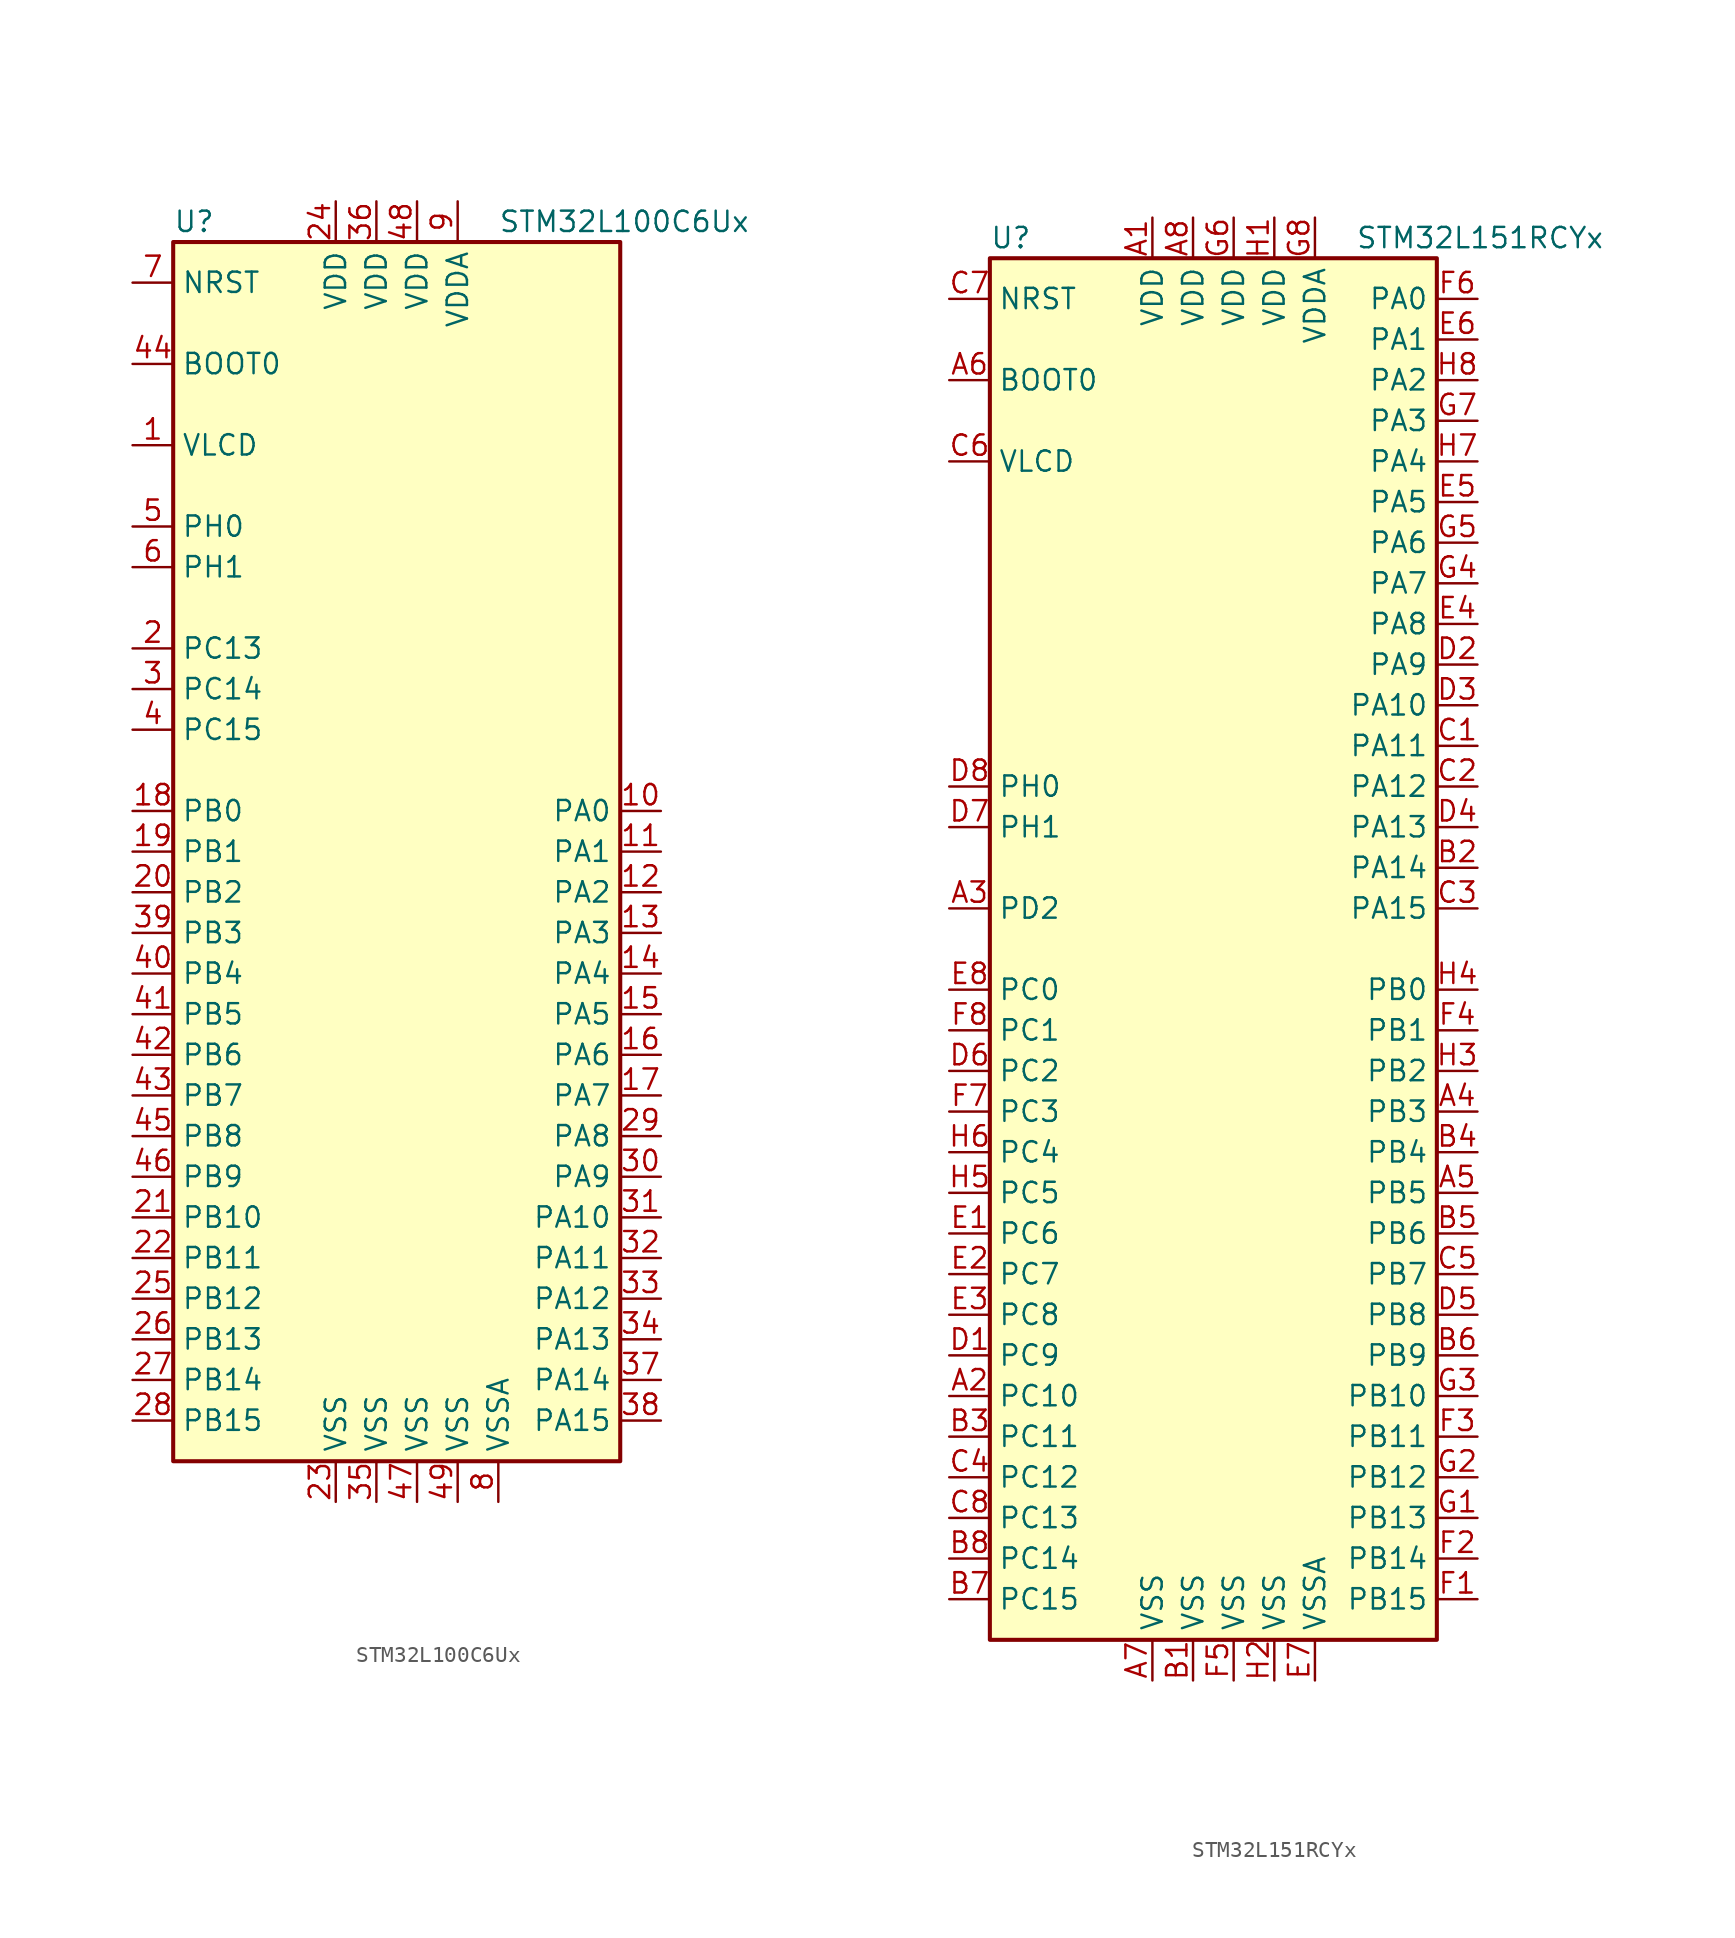
<source format=kicad_sym>
(kicad_symbol_lib
  (version 20201005)
  (generator kicad_symbol_editor)
  (symbol "STM32L100C6Ux"
    (property "Reference" "U"
      (at -15.24 39.37 0)
      (effects (font (size 1.27 1.27)) (justify left)))
    (property "Value" "STM32L100C6Ux"
      (at 5.08 39.37 0)
      (effects (font (size 1.27 1.27)) (justify left)))
    (symbol "STM32L100C6Ux_0_1"
      (rectangle (start -15.24 -38.1) (end 12.7 38.1) (stroke (width 0.254)) (fill (type background))))
    (symbol "STM32L100C6Ux_1_1"
      (pin input line (at -17.78 30.48 0) (length 2.54) (name "BOOT0" (effects (font (size 1.27 1.27)))) (number "44" (effects (font (size 1.27 1.27)))))
      (pin input line (at -17.78 35.56 0) (length 2.54) (name "NRST" (effects (font (size 1.27 1.27)))) (number "7" (effects (font (size 1.27 1.27)))))
      (pin bidirectional line (at 15.24 2.54 180) (length 2.54) (name "PA0" (effects (font (size 1.27 1.27)))) (number "10" (effects (font (size 1.27 1.27)))))
      (pin bidirectional line (at 15.24 0 180) (length 2.54) (name "PA1" (effects (font (size 1.27 1.27)))) (number "11" (effects (font (size 1.27 1.27)))))
      (pin bidirectional line (at 15.24 -22.86 180) (length 2.54) (name "PA10" (effects (font (size 1.27 1.27)))) (number "31" (effects (font (size 1.27 1.27)))))
      (pin bidirectional line (at 15.24 -25.4 180) (length 2.54) (name "PA11" (effects (font (size 1.27 1.27)))) (number "32" (effects (font (size 1.27 1.27)))))
      (pin bidirectional line (at 15.24 -27.94 180) (length 2.54) (name "PA12" (effects (font (size 1.27 1.27)))) (number "33" (effects (font (size 1.27 1.27)))))
      (pin bidirectional line (at 15.24 -30.48 180) (length 2.54) (name "PA13" (effects (font (size 1.27 1.27)))) (number "34" (effects (font (size 1.27 1.27)))))
      (pin bidirectional line (at 15.24 -33.02 180) (length 2.54) (name "PA14" (effects (font (size 1.27 1.27)))) (number "37" (effects (font (size 1.27 1.27)))))
      (pin bidirectional line (at 15.24 -35.56 180) (length 2.54) (name "PA15" (effects (font (size 1.27 1.27)))) (number "38" (effects (font (size 1.27 1.27)))))
      (pin bidirectional line (at 15.24 -2.54 180) (length 2.54) (name "PA2" (effects (font (size 1.27 1.27)))) (number "12" (effects (font (size 1.27 1.27)))))
      (pin bidirectional line (at 15.24 -5.08 180) (length 2.54) (name "PA3" (effects (font (size 1.27 1.27)))) (number "13" (effects (font (size 1.27 1.27)))))
      (pin bidirectional line (at 15.24 -7.62 180) (length 2.54) (name "PA4" (effects (font (size 1.27 1.27)))) (number "14" (effects (font (size 1.27 1.27)))))
      (pin bidirectional line (at 15.24 -10.16 180) (length 2.54) (name "PA5" (effects (font (size 1.27 1.27)))) (number "15" (effects (font (size 1.27 1.27)))))
      (pin bidirectional line (at 15.24 -12.7 180) (length 2.54) (name "PA6" (effects (font (size 1.27 1.27)))) (number "16" (effects (font (size 1.27 1.27)))))
      (pin bidirectional line (at 15.24 -15.24 180) (length 2.54) (name "PA7" (effects (font (size 1.27 1.27)))) (number "17" (effects (font (size 1.27 1.27)))))
      (pin bidirectional line (at 15.24 -17.78 180) (length 2.54) (name "PA8" (effects (font (size 1.27 1.27)))) (number "29" (effects (font (size 1.27 1.27)))))
      (pin bidirectional line (at 15.24 -20.32 180) (length 2.54) (name "PA9" (effects (font (size 1.27 1.27)))) (number "30" (effects (font (size 1.27 1.27)))))
      (pin bidirectional line (at -17.78 2.54 0) (length 2.54) (name "PB0" (effects (font (size 1.27 1.27)))) (number "18" (effects (font (size 1.27 1.27)))))
      (pin bidirectional line (at -17.78 0 0) (length 2.54) (name "PB1" (effects (font (size 1.27 1.27)))) (number "19" (effects (font (size 1.27 1.27)))))
      (pin bidirectional line (at -17.78 -22.86 0) (length 2.54) (name "PB10" (effects (font (size 1.27 1.27)))) (number "21" (effects (font (size 1.27 1.27)))))
      (pin bidirectional line (at -17.78 -25.4 0) (length 2.54) (name "PB11" (effects (font (size 1.27 1.27)))) (number "22" (effects (font (size 1.27 1.27)))))
      (pin bidirectional line (at -17.78 -27.94 0) (length 2.54) (name "PB12" (effects (font (size 1.27 1.27)))) (number "25" (effects (font (size 1.27 1.27)))))
      (pin bidirectional line (at -17.78 -30.48 0) (length 2.54) (name "PB13" (effects (font (size 1.27 1.27)))) (number "26" (effects (font (size 1.27 1.27)))))
      (pin bidirectional line (at -17.78 -33.02 0) (length 2.54) (name "PB14" (effects (font (size 1.27 1.27)))) (number "27" (effects (font (size 1.27 1.27)))))
      (pin bidirectional line (at -17.78 -35.56 0) (length 2.54) (name "PB15" (effects (font (size 1.27 1.27)))) (number "28" (effects (font (size 1.27 1.27)))))
      (pin bidirectional line (at -17.78 -2.54 0) (length 2.54) (name "PB2" (effects (font (size 1.27 1.27)))) (number "20" (effects (font (size 1.27 1.27)))))
      (pin bidirectional line (at -17.78 -5.08 0) (length 2.54) (name "PB3" (effects (font (size 1.27 1.27)))) (number "39" (effects (font (size 1.27 1.27)))))
      (pin bidirectional line (at -17.78 -7.62 0) (length 2.54) (name "PB4" (effects (font (size 1.27 1.27)))) (number "40" (effects (font (size 1.27 1.27)))))
      (pin bidirectional line (at -17.78 -10.16 0) (length 2.54) (name "PB5" (effects (font (size 1.27 1.27)))) (number "41" (effects (font (size 1.27 1.27)))))
      (pin bidirectional line (at -17.78 -12.7 0) (length 2.54) (name "PB6" (effects (font (size 1.27 1.27)))) (number "42" (effects (font (size 1.27 1.27)))))
      (pin bidirectional line (at -17.78 -15.24 0) (length 2.54) (name "PB7" (effects (font (size 1.27 1.27)))) (number "43" (effects (font (size 1.27 1.27)))))
      (pin bidirectional line (at -17.78 -17.78 0) (length 2.54) (name "PB8" (effects (font (size 1.27 1.27)))) (number "45" (effects (font (size 1.27 1.27)))))
      (pin bidirectional line (at -17.78 -20.32 0) (length 2.54) (name "PB9" (effects (font (size 1.27 1.27)))) (number "46" (effects (font (size 1.27 1.27)))))
      (pin bidirectional line (at -17.78 12.7 0) (length 2.54) (name "PC13" (effects (font (size 1.27 1.27)))) (number "2" (effects (font (size 1.27 1.27)))))
      (pin bidirectional line (at -17.78 10.16 0) (length 2.54) (name "PC14" (effects (font (size 1.27 1.27)))) (number "3" (effects (font (size 1.27 1.27)))))
      (pin bidirectional line (at -17.78 7.62 0) (length 2.54) (name "PC15" (effects (font (size 1.27 1.27)))) (number "4" (effects (font (size 1.27 1.27)))))
      (pin input line (at -17.78 20.32 0) (length 2.54) (name "PH0" (effects (font (size 1.27 1.27)))) (number "5" (effects (font (size 1.27 1.27)))))
      (pin input line (at -17.78 17.78 0) (length 2.54) (name "PH1" (effects (font (size 1.27 1.27)))) (number "6" (effects (font (size 1.27 1.27)))))
      (pin power_in line (at -5.08 40.64 270) (length 2.54) (name "VDD" (effects (font (size 1.27 1.27)))) (number "24" (effects (font (size 1.27 1.27)))))
      (pin power_in line (at -2.54 40.64 270) (length 2.54) (name "VDD" (effects (font (size 1.27 1.27)))) (number "36" (effects (font (size 1.27 1.27)))))
      (pin power_in line (at 0 40.64 270) (length 2.54) (name "VDD" (effects (font (size 1.27 1.27)))) (number "48" (effects (font (size 1.27 1.27)))))
      (pin power_in line (at 2.54 40.64 270) (length 2.54) (name "VDDA" (effects (font (size 1.27 1.27)))) (number "9" (effects (font (size 1.27 1.27)))))
      (pin power_in line (at -17.78 25.4 0) (length 2.54) (name "VLCD" (effects (font (size 1.27 1.27)))) (number "1" (effects (font (size 1.27 1.27)))))
      (pin power_in line (at -5.08 -40.64 90) (length 2.54) (name "VSS" (effects (font (size 1.27 1.27)))) (number "23" (effects (font (size 1.27 1.27)))))
      (pin power_in line (at -2.54 -40.64 90) (length 2.54) (name "VSS" (effects (font (size 1.27 1.27)))) (number "35" (effects (font (size 1.27 1.27)))))
      (pin power_in line (at 0 -40.64 90) (length 2.54) (name "VSS" (effects (font (size 1.27 1.27)))) (number "47" (effects (font (size 1.27 1.27)))))
      (pin power_in line (at 2.54 -40.64 90) (length 2.54) (name "VSS" (effects (font (size 1.27 1.27)))) (number "49" (effects (font (size 1.27 1.27)))))
      (pin power_in line (at 5.08 -40.64 90) (length 2.54) (name "VSSA" (effects (font (size 1.27 1.27)))) (number "8" (effects (font (size 1.27 1.27)))))))
  (symbol "STM32L151RCYx"
    (property "Reference" "U"
      (at -15.24 44.45 0)
      (effects (font (size 1.27 1.27)) (justify left)))
    (property "Value" "STM32L151RCYx"
      (at 7.62 44.45 0)
      (effects (font (size 1.27 1.27)) (justify left)))
    (symbol "STM32L151RCYx_0_1"
      (rectangle (start -15.24 -43.18) (end 12.7 43.18) (stroke (width 0.254)) (fill (type background))))
    (symbol "STM32L151RCYx_1_1"
      (pin input line (at -17.78 35.56 0) (length 2.54) (name "BOOT0" (effects (font (size 1.27 1.27)))) (number "A6" (effects (font (size 1.27 1.27)))))
      (pin input line (at -17.78 40.64 0) (length 2.54) (name "NRST" (effects (font (size 1.27 1.27)))) (number "C7" (effects (font (size 1.27 1.27)))))
      (pin bidirectional line (at 15.24 40.64 180) (length 2.54) (name "PA0" (effects (font (size 1.27 1.27)))) (number "F6" (effects (font (size 1.27 1.27)))))
      (pin bidirectional line (at 15.24 38.1 180) (length 2.54) (name "PA1" (effects (font (size 1.27 1.27)))) (number "E6" (effects (font (size 1.27 1.27)))))
      (pin bidirectional line (at 15.24 15.24 180) (length 2.54) (name "PA10" (effects (font (size 1.27 1.27)))) (number "D3" (effects (font (size 1.27 1.27)))))
      (pin bidirectional line (at 15.24 12.7 180) (length 2.54) (name "PA11" (effects (font (size 1.27 1.27)))) (number "C1" (effects (font (size 1.27 1.27)))))
      (pin bidirectional line (at 15.24 10.16 180) (length 2.54) (name "PA12" (effects (font (size 1.27 1.27)))) (number "C2" (effects (font (size 1.27 1.27)))))
      (pin bidirectional line (at 15.24 7.62 180) (length 2.54) (name "PA13" (effects (font (size 1.27 1.27)))) (number "D4" (effects (font (size 1.27 1.27)))))
      (pin bidirectional line (at 15.24 5.08 180) (length 2.54) (name "PA14" (effects (font (size 1.27 1.27)))) (number "B2" (effects (font (size 1.27 1.27)))))
      (pin bidirectional line (at 15.24 2.54 180) (length 2.54) (name "PA15" (effects (font (size 1.27 1.27)))) (number "C3" (effects (font (size 1.27 1.27)))))
      (pin bidirectional line (at 15.24 35.56 180) (length 2.54) (name "PA2" (effects (font (size 1.27 1.27)))) (number "H8" (effects (font (size 1.27 1.27)))))
      (pin bidirectional line (at 15.24 33.02 180) (length 2.54) (name "PA3" (effects (font (size 1.27 1.27)))) (number "G7" (effects (font (size 1.27 1.27)))))
      (pin bidirectional line (at 15.24 30.48 180) (length 2.54) (name "PA4" (effects (font (size 1.27 1.27)))) (number "H7" (effects (font (size 1.27 1.27)))))
      (pin bidirectional line (at 15.24 27.94 180) (length 2.54) (name "PA5" (effects (font (size 1.27 1.27)))) (number "E5" (effects (font (size 1.27 1.27)))))
      (pin bidirectional line (at 15.24 25.4 180) (length 2.54) (name "PA6" (effects (font (size 1.27 1.27)))) (number "G5" (effects (font (size 1.27 1.27)))))
      (pin bidirectional line (at 15.24 22.86 180) (length 2.54) (name "PA7" (effects (font (size 1.27 1.27)))) (number "G4" (effects (font (size 1.27 1.27)))))
      (pin bidirectional line (at 15.24 20.32 180) (length 2.54) (name "PA8" (effects (font (size 1.27 1.27)))) (number "E4" (effects (font (size 1.27 1.27)))))
      (pin bidirectional line (at 15.24 17.78 180) (length 2.54) (name "PA9" (effects (font (size 1.27 1.27)))) (number "D2" (effects (font (size 1.27 1.27)))))
      (pin bidirectional line (at 15.24 -2.54 180) (length 2.54) (name "PB0" (effects (font (size 1.27 1.27)))) (number "H4" (effects (font (size 1.27 1.27)))))
      (pin bidirectional line (at 15.24 -5.08 180) (length 2.54) (name "PB1" (effects (font (size 1.27 1.27)))) (number "F4" (effects (font (size 1.27 1.27)))))
      (pin bidirectional line (at 15.24 -27.94 180) (length 2.54) (name "PB10" (effects (font (size 1.27 1.27)))) (number "G3" (effects (font (size 1.27 1.27)))))
      (pin bidirectional line (at 15.24 -30.48 180) (length 2.54) (name "PB11" (effects (font (size 1.27 1.27)))) (number "F3" (effects (font (size 1.27 1.27)))))
      (pin bidirectional line (at 15.24 -33.02 180) (length 2.54) (name "PB12" (effects (font (size 1.27 1.27)))) (number "G2" (effects (font (size 1.27 1.27)))))
      (pin bidirectional line (at 15.24 -35.56 180) (length 2.54) (name "PB13" (effects (font (size 1.27 1.27)))) (number "G1" (effects (font (size 1.27 1.27)))))
      (pin bidirectional line (at 15.24 -38.1 180) (length 2.54) (name "PB14" (effects (font (size 1.27 1.27)))) (number "F2" (effects (font (size 1.27 1.27)))))
      (pin bidirectional line (at 15.24 -40.64 180) (length 2.54) (name "PB15" (effects (font (size 1.27 1.27)))) (number "F1" (effects (font (size 1.27 1.27)))))
      (pin bidirectional line (at 15.24 -7.62 180) (length 2.54) (name "PB2" (effects (font (size 1.27 1.27)))) (number "H3" (effects (font (size 1.27 1.27)))))
      (pin bidirectional line (at 15.24 -10.16 180) (length 2.54) (name "PB3" (effects (font (size 1.27 1.27)))) (number "A4" (effects (font (size 1.27 1.27)))))
      (pin bidirectional line (at 15.24 -12.7 180) (length 2.54) (name "PB4" (effects (font (size 1.27 1.27)))) (number "B4" (effects (font (size 1.27 1.27)))))
      (pin bidirectional line (at 15.24 -15.24 180) (length 2.54) (name "PB5" (effects (font (size 1.27 1.27)))) (number "A5" (effects (font (size 1.27 1.27)))))
      (pin bidirectional line (at 15.24 -17.78 180) (length 2.54) (name "PB6" (effects (font (size 1.27 1.27)))) (number "B5" (effects (font (size 1.27 1.27)))))
      (pin bidirectional line (at 15.24 -20.32 180) (length 2.54) (name "PB7" (effects (font (size 1.27 1.27)))) (number "C5" (effects (font (size 1.27 1.27)))))
      (pin bidirectional line (at 15.24 -22.86 180) (length 2.54) (name "PB8" (effects (font (size 1.27 1.27)))) (number "D5" (effects (font (size 1.27 1.27)))))
      (pin bidirectional line (at 15.24 -25.4 180) (length 2.54) (name "PB9" (effects (font (size 1.27 1.27)))) (number "B6" (effects (font (size 1.27 1.27)))))
      (pin bidirectional line (at -17.78 -2.54 0) (length 2.54) (name "PC0" (effects (font (size 1.27 1.27)))) (number "E8" (effects (font (size 1.27 1.27)))))
      (pin bidirectional line (at -17.78 -5.08 0) (length 2.54) (name "PC1" (effects (font (size 1.27 1.27)))) (number "F8" (effects (font (size 1.27 1.27)))))
      (pin bidirectional line (at -17.78 -27.94 0) (length 2.54) (name "PC10" (effects (font (size 1.27 1.27)))) (number "A2" (effects (font (size 1.27 1.27)))))
      (pin bidirectional line (at -17.78 -30.48 0) (length 2.54) (name "PC11" (effects (font (size 1.27 1.27)))) (number "B3" (effects (font (size 1.27 1.27)))))
      (pin bidirectional line (at -17.78 -33.02 0) (length 2.54) (name "PC12" (effects (font (size 1.27 1.27)))) (number "C4" (effects (font (size 1.27 1.27)))))
      (pin bidirectional line (at -17.78 -35.56 0) (length 2.54) (name "PC13" (effects (font (size 1.27 1.27)))) (number "C8" (effects (font (size 1.27 1.27)))))
      (pin bidirectional line (at -17.78 -38.1 0) (length 2.54) (name "PC14" (effects (font (size 1.27 1.27)))) (number "B8" (effects (font (size 1.27 1.27)))))
      (pin bidirectional line (at -17.78 -40.64 0) (length 2.54) (name "PC15" (effects (font (size 1.27 1.27)))) (number "B7" (effects (font (size 1.27 1.27)))))
      (pin bidirectional line (at -17.78 -7.62 0) (length 2.54) (name "PC2" (effects (font (size 1.27 1.27)))) (number "D6" (effects (font (size 1.27 1.27)))))
      (pin bidirectional line (at -17.78 -10.16 0) (length 2.54) (name "PC3" (effects (font (size 1.27 1.27)))) (number "F7" (effects (font (size 1.27 1.27)))))
      (pin bidirectional line (at -17.78 -12.7 0) (length 2.54) (name "PC4" (effects (font (size 1.27 1.27)))) (number "H6" (effects (font (size 1.27 1.27)))))
      (pin bidirectional line (at -17.78 -15.24 0) (length 2.54) (name "PC5" (effects (font (size 1.27 1.27)))) (number "H5" (effects (font (size 1.27 1.27)))))
      (pin bidirectional line (at -17.78 -17.78 0) (length 2.54) (name "PC6" (effects (font (size 1.27 1.27)))) (number "E1" (effects (font (size 1.27 1.27)))))
      (pin bidirectional line (at -17.78 -20.32 0) (length 2.54) (name "PC7" (effects (font (size 1.27 1.27)))) (number "E2" (effects (font (size 1.27 1.27)))))
      (pin bidirectional line (at -17.78 -22.86 0) (length 2.54) (name "PC8" (effects (font (size 1.27 1.27)))) (number "E3" (effects (font (size 1.27 1.27)))))
      (pin bidirectional line (at -17.78 -25.4 0) (length 2.54) (name "PC9" (effects (font (size 1.27 1.27)))) (number "D1" (effects (font (size 1.27 1.27)))))
      (pin bidirectional line (at -17.78 2.54 0) (length 2.54) (name "PD2" (effects (font (size 1.27 1.27)))) (number "A3" (effects (font (size 1.27 1.27)))))
      (pin input line (at -17.78 10.16 0) (length 2.54) (name "PH0" (effects (font (size 1.27 1.27)))) (number "D8" (effects (font (size 1.27 1.27)))))
      (pin input line (at -17.78 7.62 0) (length 2.54) (name "PH1" (effects (font (size 1.27 1.27)))) (number "D7" (effects (font (size 1.27 1.27)))))
      (pin power_in line (at -5.08 45.72 270) (length 2.54) (name "VDD" (effects (font (size 1.27 1.27)))) (number "A1" (effects (font (size 1.27 1.27)))))
      (pin power_in line (at -2.54 45.72 270) (length 2.54) (name "VDD" (effects (font (size 1.27 1.27)))) (number "A8" (effects (font (size 1.27 1.27)))))
      (pin power_in line (at 0 45.72 270) (length 2.54) (name "VDD" (effects (font (size 1.27 1.27)))) (number "G6" (effects (font (size 1.27 1.27)))))
      (pin power_in line (at 2.54 45.72 270) (length 2.54) (name "VDD" (effects (font (size 1.27 1.27)))) (number "H1" (effects (font (size 1.27 1.27)))))
      (pin power_in line (at 5.08 45.72 270) (length 2.54) (name "VDDA" (effects (font (size 1.27 1.27)))) (number "G8" (effects (font (size 1.27 1.27)))))
      (pin power_in line (at -17.78 30.48 0) (length 2.54) (name "VLCD" (effects (font (size 1.27 1.27)))) (number "C6" (effects (font (size 1.27 1.27)))))
      (pin power_in line (at -5.08 -45.72 90) (length 2.54) (name "VSS" (effects (font (size 1.27 1.27)))) (number "A7" (effects (font (size 1.27 1.27)))))
      (pin power_in line (at -2.54 -45.72 90) (length 2.54) (name "VSS" (effects (font (size 1.27 1.27)))) (number "B1" (effects (font (size 1.27 1.27)))))
      (pin power_in line (at 0 -45.72 90) (length 2.54) (name "VSS" (effects (font (size 1.27 1.27)))) (number "F5" (effects (font (size 1.27 1.27)))))
      (pin power_in line (at 2.54 -45.72 90) (length 2.54) (name "VSS" (effects (font (size 1.27 1.27)))) (number "H2" (effects (font (size 1.27 1.27)))))
      (pin power_in line (at 5.08 -45.72 90) (length 2.54) (name "VSSA" (effects (font (size 1.27 1.27)))) (number "E7" (effects (font (size 1.27 1.27))))))))
</source>
